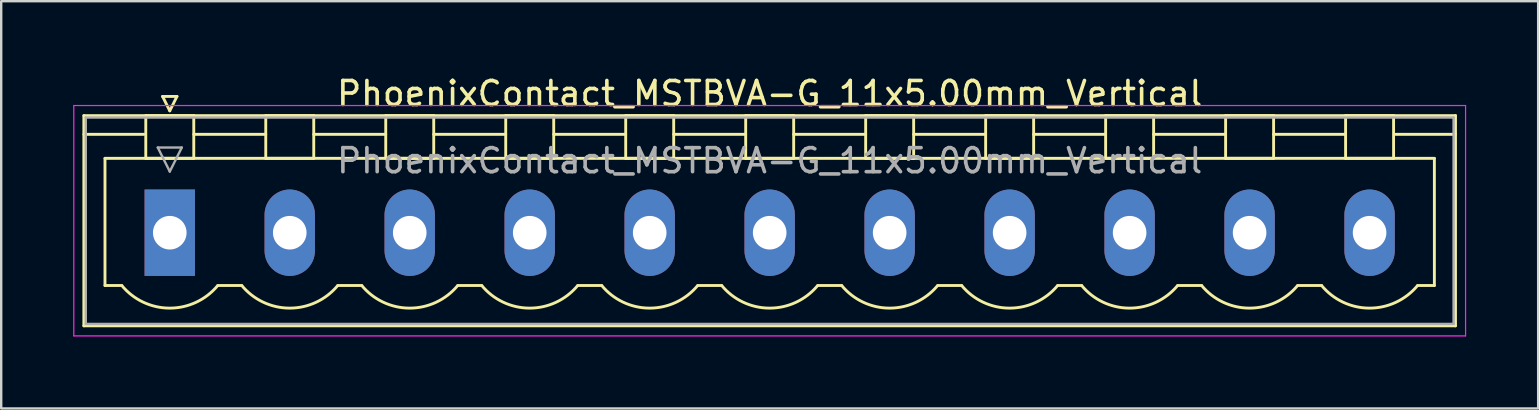
<source format=kicad_pcb>
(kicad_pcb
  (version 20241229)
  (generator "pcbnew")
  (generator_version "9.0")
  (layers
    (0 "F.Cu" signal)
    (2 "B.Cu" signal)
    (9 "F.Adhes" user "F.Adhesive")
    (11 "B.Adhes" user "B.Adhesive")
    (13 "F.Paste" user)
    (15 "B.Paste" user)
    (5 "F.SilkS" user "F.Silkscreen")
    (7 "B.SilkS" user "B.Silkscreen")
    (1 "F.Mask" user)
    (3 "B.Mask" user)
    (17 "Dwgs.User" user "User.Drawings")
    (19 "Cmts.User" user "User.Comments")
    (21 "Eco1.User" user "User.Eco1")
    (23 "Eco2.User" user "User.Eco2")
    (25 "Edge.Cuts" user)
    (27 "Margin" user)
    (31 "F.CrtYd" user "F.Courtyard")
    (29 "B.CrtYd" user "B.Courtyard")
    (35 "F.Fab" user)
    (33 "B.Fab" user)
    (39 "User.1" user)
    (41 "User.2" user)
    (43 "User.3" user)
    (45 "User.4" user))
  (footprint "PhoenixContact_MSTBVA-G_11x5.00mm_Vertical"
    (layer "F.Cu")
    (at 4.025 6.648)
    (property "Reference" "PhoenixContact_MSTBVA-G_11x5.00mm_Vertical" (at 25 -5.8 0) (layer "F.SilkS") (effects (font (size 1 1) (thickness 0.15))))
    (attr through_hole)
    (fp_line (start -3.58 -4.88) (end -3.58 3.88) (stroke (width 0.12) (type solid)) (layer "F.SilkS"))
    (fp_line (start -3.58 -4.1) (end -1.08 -4.1) (stroke (width 0.12) (type solid)) (layer "F.SilkS"))
    (fp_line (start -3.58 3.88) (end 53.58 3.88) (stroke (width 0.12) (type solid)) (layer "F.SilkS"))
    (fp_line (start -2.7 -3.1) (end 52.7 -3.1) (stroke (width 0.12) (type solid)) (layer "F.SilkS"))
    (fp_line (start -2.7 2.2) (end -2.7 -3.1) (stroke (width 0.12) (type solid)) (layer "F.SilkS"))
    (fp_line (start -2 2.2) (end -2.7 2.2) (stroke (width 0.12) (type solid)) (layer "F.SilkS"))
    (fp_line (start -1 -4.88) (end 1 -4.88) (stroke (width 0.12) (type solid)) (layer "F.SilkS"))
    (fp_line (start -1 -3.1) (end -1 -4.88) (stroke (width 0.12) (type solid)) (layer "F.SilkS"))
    (fp_line (start -0.3 -5.68) (end 0.3 -5.68) (stroke (width 0.12) (type solid)) (layer "F.SilkS"))
    (fp_line (start 0 -5.08) (end -0.3 -5.68) (stroke (width 0.12) (type solid)) (layer "F.SilkS"))
    (fp_line (start 0.3 -5.68) (end 0 -5.08) (stroke (width 0.12) (type solid)) (layer "F.SilkS"))
    (fp_line (start 1 -4.88) (end 1 -3.1) (stroke (width 0.12) (type solid)) (layer "F.SilkS"))
    (fp_line (start 1 -4.1) (end 4 -4.1) (stroke (width 0.12) (type solid)) (layer "F.SilkS"))
    (fp_line (start 1 -3.1) (end -1 -3.1) (stroke (width 0.12) (type solid)) (layer "F.SilkS"))
    (fp_line (start 2 2.2) (end 3 2.2) (stroke (width 0.12) (type solid)) (layer "F.SilkS"))
    (fp_line (start 4 -4.88) (end 6 -4.88) (stroke (width 0.12) (type solid)) (layer "F.SilkS"))
    (fp_line (start 4 -3.1) (end 4 -4.88) (stroke (width 0.12) (type solid)) (layer "F.SilkS"))
    (fp_line (start 6 -4.88) (end 6 -3.1) (stroke (width 0.12) (type solid)) (layer "F.SilkS"))
    (fp_line (start 6 -4.1) (end 9 -4.1) (stroke (width 0.12) (type solid)) (layer "F.SilkS"))
    (fp_line (start 6 -3.1) (end 4 -3.1) (stroke (width 0.12) (type solid)) (layer "F.SilkS"))
    (fp_line (start 7 2.2) (end 8 2.2) (stroke (width 0.12) (type solid)) (layer "F.SilkS"))
    (fp_line (start 9 -4.88) (end 11 -4.88) (stroke (width 0.12) (type solid)) (layer "F.SilkS"))
    (fp_line (start 9 -3.1) (end 9 -4.88) (stroke (width 0.12) (type solid)) (layer "F.SilkS"))
    (fp_line (start 11 -4.88) (end 11 -3.1) (stroke (width 0.12) (type solid)) (layer "F.SilkS"))
    (fp_line (start 11 -4.1) (end 14 -4.1) (stroke (width 0.12) (type solid)) (layer "F.SilkS"))
    (fp_line (start 11 -3.1) (end 9 -3.1) (stroke (width 0.12) (type solid)) (layer "F.SilkS"))
    (fp_line (start 12 2.2) (end 13 2.2) (stroke (width 0.12) (type solid)) (layer "F.SilkS"))
    (fp_line (start 14 -4.88) (end 16 -4.88) (stroke (width 0.12) (type solid)) (layer "F.SilkS"))
    (fp_line (start 14 -3.1) (end 14 -4.88) (stroke (width 0.12) (type solid)) (layer "F.SilkS"))
    (fp_line (start 16 -4.88) (end 16 -3.1) (stroke (width 0.12) (type solid)) (layer "F.SilkS"))
    (fp_line (start 16 -4.1) (end 19 -4.1) (stroke (width 0.12) (type solid)) (layer "F.SilkS"))
    (fp_line (start 16 -3.1) (end 14 -3.1) (stroke (width 0.12) (type solid)) (layer "F.SilkS"))
    (fp_line (start 17 2.2) (end 18 2.2) (stroke (width 0.12) (type solid)) (layer "F.SilkS"))
    (fp_line (start 19 -4.88) (end 21 -4.88) (stroke (width 0.12) (type solid)) (layer "F.SilkS"))
    (fp_line (start 19 -3.1) (end 19 -4.88) (stroke (width 0.12) (type solid)) (layer "F.SilkS"))
    (fp_line (start 21 -4.88) (end 21 -3.1) (stroke (width 0.12) (type solid)) (layer "F.SilkS"))
    (fp_line (start 21 -4.1) (end 24 -4.1) (stroke (width 0.12) (type solid)) (layer "F.SilkS"))
    (fp_line (start 21 -3.1) (end 19 -3.1) (stroke (width 0.12) (type solid)) (layer "F.SilkS"))
    (fp_line (start 22 2.2) (end 23 2.2) (stroke (width 0.12) (type solid)) (layer "F.SilkS"))
    (fp_line (start 24 -4.88) (end 26 -4.88) (stroke (width 0.12) (type solid)) (layer "F.SilkS"))
    (fp_line (start 24 -3.1) (end 24 -4.88) (stroke (width 0.12) (type solid)) (layer "F.SilkS"))
    (fp_line (start 26 -4.88) (end 26 -3.1) (stroke (width 0.12) (type solid)) (layer "F.SilkS"))
    (fp_line (start 26 -4.1) (end 29 -4.1) (stroke (width 0.12) (type solid)) (layer "F.SilkS"))
    (fp_line (start 26 -3.1) (end 24 -3.1) (stroke (width 0.12) (type solid)) (layer "F.SilkS"))
    (fp_line (start 27 2.2) (end 28 2.2) (stroke (width 0.12) (type solid)) (layer "F.SilkS"))
    (fp_line (start 29 -4.88) (end 31 -4.88) (stroke (width 0.12) (type solid)) (layer "F.SilkS"))
    (fp_line (start 29 -3.1) (end 29 -4.88) (stroke (width 0.12) (type solid)) (layer "F.SilkS"))
    (fp_line (start 31 -4.88) (end 31 -3.1) (stroke (width 0.12) (type solid)) (layer "F.SilkS"))
    (fp_line (start 31 -4.1) (end 34 -4.1) (stroke (width 0.12) (type solid)) (layer "F.SilkS"))
    (fp_line (start 31 -3.1) (end 29 -3.1) (stroke (width 0.12) (type solid)) (layer "F.SilkS"))
    (fp_line (start 32 2.2) (end 33 2.2) (stroke (width 0.12) (type solid)) (layer "F.SilkS"))
    (fp_line (start 34 -4.88) (end 36 -4.88) (stroke (width 0.12) (type solid)) (layer "F.SilkS"))
    (fp_line (start 34 -3.1) (end 34 -4.88) (stroke (width 0.12) (type solid)) (layer "F.SilkS"))
    (fp_line (start 36 -4.88) (end 36 -3.1) (stroke (width 0.12) (type solid)) (layer "F.SilkS"))
    (fp_line (start 36 -4.1) (end 39 -4.1) (stroke (width 0.12) (type solid)) (layer "F.SilkS"))
    (fp_line (start 36 -3.1) (end 34 -3.1) (stroke (width 0.12) (type solid)) (layer "F.SilkS"))
    (fp_line (start 37 2.2) (end 38 2.2) (stroke (width 0.12) (type solid)) (layer "F.SilkS"))
    (fp_line (start 39 -4.88) (end 41 -4.88) (stroke (width 0.12) (type solid)) (layer "F.SilkS"))
    (fp_line (start 39 -3.1) (end 39 -4.88) (stroke (width 0.12) (type solid)) (layer "F.SilkS"))
    (fp_line (start 41 -4.88) (end 41 -3.1) (stroke (width 0.12) (type solid)) (layer "F.SilkS"))
    (fp_line (start 41 -4.1) (end 44 -4.1) (stroke (width 0.12) (type solid)) (layer "F.SilkS"))
    (fp_line (start 41 -3.1) (end 39 -3.1) (stroke (width 0.12) (type solid)) (layer "F.SilkS"))
    (fp_line (start 42 2.2) (end 43 2.2) (stroke (width 0.12) (type solid)) (layer "F.SilkS"))
    (fp_line (start 44 -4.88) (end 46 -4.88) (stroke (width 0.12) (type solid)) (layer "F.SilkS"))
    (fp_line (start 44 -3.1) (end 44 -4.88) (stroke (width 0.12) (type solid)) (layer "F.SilkS"))
    (fp_line (start 46 -4.88) (end 46 -3.1) (stroke (width 0.12) (type solid)) (layer "F.SilkS"))
    (fp_line (start 46 -4.1) (end 49 -4.1) (stroke (width 0.12) (type solid)) (layer "F.SilkS"))
    (fp_line (start 46 -3.1) (end 44 -3.1) (stroke (width 0.12) (type solid)) (layer "F.SilkS"))
    (fp_line (start 47 2.2) (end 48 2.2) (stroke (width 0.12) (type solid)) (layer "F.SilkS"))
    (fp_line (start 49 -4.88) (end 51 -4.88) (stroke (width 0.12) (type solid)) (layer "F.SilkS"))
    (fp_line (start 49 -3.1) (end 49 -4.88) (stroke (width 0.12) (type solid)) (layer "F.SilkS"))
    (fp_line (start 51 -4.88) (end 51 -3.1) (stroke (width 0.12) (type solid)) (layer "F.SilkS"))
    (fp_line (start 51 -3.1) (end 49 -3.1) (stroke (width 0.12) (type solid)) (layer "F.SilkS"))
    (fp_line (start 52.7 -3.1) (end 52.7 2.2) (stroke (width 0.12) (type solid)) (layer "F.SilkS"))
    (fp_line (start 52.7 2.2) (end 52 2.2) (stroke (width 0.12) (type solid)) (layer "F.SilkS"))
    (fp_line (start 53.58 -4.88) (end -3.58 -4.88) (stroke (width 0.12) (type solid)) (layer "F.SilkS"))
    (fp_line (start 53.58 -4.1) (end 51.08 -4.1) (stroke (width 0.12) (type solid)) (layer "F.SilkS"))
    (fp_line (start 53.58 3.88) (end 53.58 -4.88) (stroke (width 0.12) (type solid)) (layer "F.SilkS"))
    (fp_arc (start 1.986842 2.215821) (mid -0.010289 3.142758) (end -2 2.2) (stroke (width 0.12) (type solid)) (layer "F.SilkS"))
    (fp_arc (start 6.986842 2.215821) (mid 4.989711 3.142758) (end 3 2.2) (stroke (width 0.12) (type solid)) (layer "F.SilkS"))
    (fp_arc (start 11.986842 2.215821) (mid 9.989711 3.142758) (end 8 2.2) (stroke (width 0.12) (type solid)) (layer "F.SilkS"))
    (fp_arc (start 16.986842 2.215821) (mid 14.989711 3.142758) (end 13 2.2) (stroke (width 0.12) (type solid)) (layer "F.SilkS"))
    (fp_arc (start 21.986842 2.215821) (mid 19.989711 3.142758) (end 18 2.2) (stroke (width 0.12) (type solid)) (layer "F.SilkS"))
    (fp_arc (start 26.986842 2.215821) (mid 24.989711 3.142758) (end 23 2.2) (stroke (width 0.12) (type solid)) (layer "F.SilkS"))
    (fp_arc (start 31.986842 2.215821) (mid 29.989711 3.142758) (end 28 2.2) (stroke (width 0.12) (type solid)) (layer "F.SilkS"))
    (fp_arc (start 36.986842 2.215821) (mid 34.989711 3.142758) (end 33 2.2) (stroke (width 0.12) (type solid)) (layer "F.SilkS"))
    (fp_arc (start 41.986842 2.215821) (mid 39.989711 3.142758) (end 38 2.2) (stroke (width 0.12) (type solid)) (layer "F.SilkS"))
    (fp_arc (start 46.986842 2.215821) (mid 44.989711 3.142758) (end 43 2.2) (stroke (width 0.12) (type solid)) (layer "F.SilkS"))
    (fp_arc (start 51.986842 2.215821) (mid 49.989711 3.142758) (end 48 2.2) (stroke (width 0.12) (type solid)) (layer "F.SilkS"))
    (fp_line (start -4 -5.3) (end -4 4.3) (stroke (width 0.05) (type solid)) (layer "F.CrtYd"))
    (fp_line (start -4 4.3) (end 54 4.3) (stroke (width 0.05) (type solid)) (layer "F.CrtYd"))
    (fp_line (start 54 -5.3) (end -4 -5.3) (stroke (width 0.05) (type solid)) (layer "F.CrtYd"))
    (fp_line (start 54 4.3) (end 54 -5.3) (stroke (width 0.05) (type solid)) (layer "F.CrtYd"))
    (fp_line (start -3.5 -4.8) (end -3.5 3.8) (stroke (width 0.1) (type solid)) (layer "F.Fab"))
    (fp_line (start -3.5 3.8) (end 53.5 3.8) (stroke (width 0.1) (type solid)) (layer "F.Fab"))
    (fp_line (start -0.5 -3.55) (end 0.5 -3.55) (stroke (width 0.1) (type solid)) (layer "F.Fab"))
    (fp_line (start 0 -2.55) (end -0.5 -3.55) (stroke (width 0.1) (type solid)) (layer "F.Fab"))
    (fp_line (start 0.5 -3.55) (end 0 -2.55) (stroke (width 0.1) (type solid)) (layer "F.Fab"))
    (fp_line (start 53.5 -4.8) (end -3.5 -4.8) (stroke (width 0.1) (type solid)) (layer "F.Fab"))
    (fp_line (start 53.5 3.8) (end 53.5 -4.8) (stroke (width 0.1) (type solid)) (layer "F.Fab"))
    (fp_text user "${REFERENCE}" (at 25 -3 0) (layer "F.Fab") (effects (font (size 1 1) (thickness 0.15))))
    (pad "1" thru_hole rect (at 0 0) (size 2.1 3.6) (drill 1.4) (layers "*.Cu" "*.Mask"))
    (pad "2" thru_hole oval (at 5 0) (size 2.1 3.6) (drill 1.4) (layers "*.Cu" "*.Mask"))
    (pad "3" thru_hole oval (at 10 0) (size 2.1 3.6) (drill 1.4) (layers "*.Cu" "*.Mask"))
    (pad "4" thru_hole oval (at 15 0) (size 2.1 3.6) (drill 1.4) (layers "*.Cu" "*.Mask"))
    (pad "5" thru_hole oval (at 20 0) (size 2.1 3.6) (drill 1.4) (layers "*.Cu" "*.Mask"))
    (pad "6" thru_hole oval (at 25 0) (size 2.1 3.6) (drill 1.4) (layers "*.Cu" "*.Mask"))
    (pad "7" thru_hole oval (at 30 0) (size 2.1 3.6) (drill 1.4) (layers "*.Cu" "*.Mask"))
    (pad "8" thru_hole oval (at 35 0) (size 2.1 3.6) (drill 1.4) (layers "*.Cu" "*.Mask"))
    (pad "9" thru_hole oval (at 40 0) (size 2.1 3.6) (drill 1.4) (layers "*.Cu" "*.Mask"))
    (pad "10" thru_hole oval (at 45 0) (size 2.1 3.6) (drill 1.4) (layers "*.Cu" "*.Mask"))
    (pad "11" thru_hole oval (at 50 0) (size 2.1 3.6) (drill 1.4) (layers "*.Cu" "*.Mask")))
  (gr_rect
    (start -3 -3)
    (end 61.05 13.973)
    (stroke (width 0.1) (type default))
    (fill no)
    (layer "Edge.Cuts")))
</source>
